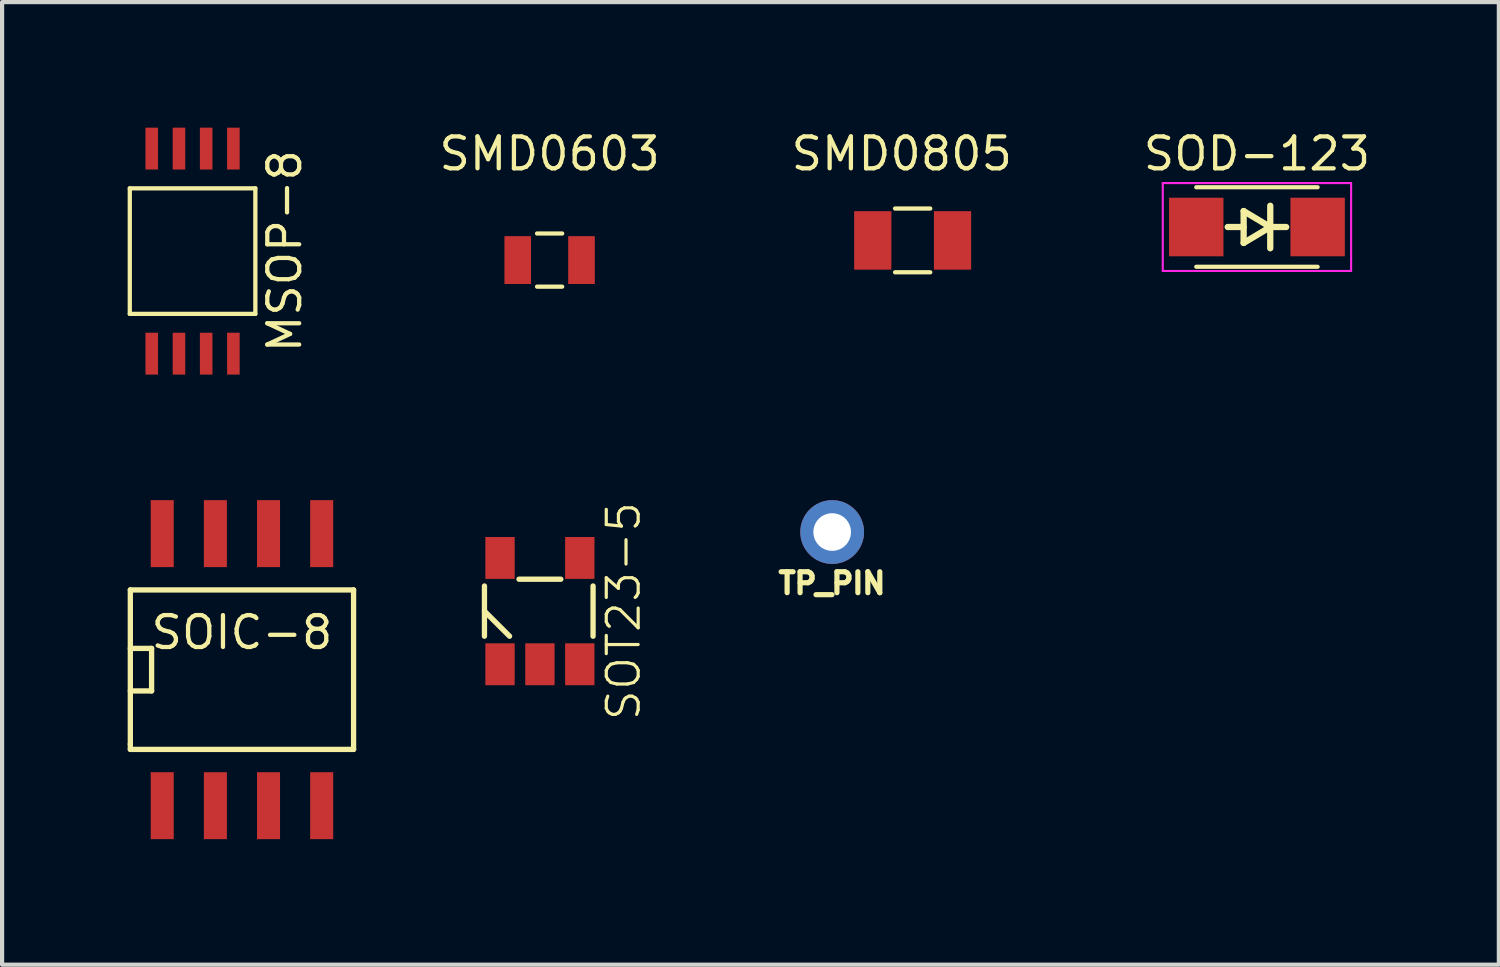
<source format=kicad_pcb>
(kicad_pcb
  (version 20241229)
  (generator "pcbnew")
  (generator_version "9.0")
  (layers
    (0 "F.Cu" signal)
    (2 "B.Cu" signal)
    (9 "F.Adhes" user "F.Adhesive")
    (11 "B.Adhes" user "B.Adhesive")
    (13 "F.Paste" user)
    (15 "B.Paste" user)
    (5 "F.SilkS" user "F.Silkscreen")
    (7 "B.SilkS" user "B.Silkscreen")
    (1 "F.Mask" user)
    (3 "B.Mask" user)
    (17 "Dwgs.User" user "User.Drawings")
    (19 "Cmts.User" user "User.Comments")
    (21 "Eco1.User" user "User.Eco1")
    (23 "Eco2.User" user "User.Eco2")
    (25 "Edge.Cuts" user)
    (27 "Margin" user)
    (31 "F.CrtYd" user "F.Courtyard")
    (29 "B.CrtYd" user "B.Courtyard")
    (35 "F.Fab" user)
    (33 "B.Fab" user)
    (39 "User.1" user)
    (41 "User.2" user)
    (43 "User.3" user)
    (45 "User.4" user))
  (footprint "TP_PIN"
    (layer "F.Cu")
    (at 16.833 9.662)
    (property "Reference" "TP_PIN" (at -0.005 1.224 0) (layer "F.SilkS") (effects (font (size 0.5 0.5) (thickness 0.124))))
    (attr through_hole)
    (pad "1" thru_hole circle (at 0 0) (size 1.524 1.524) (drill 0.899) (layers "*.Cu" "*.Mask")))
  (footprint "SMD0805"
    (layer "F.Cu")
    (at 18.756 2.694)
    (property "Reference" "SMD0805" (at -0.26 -2.07 0) (layer "F.SilkS") (effects (font (size 0.762 0.762) (thickness 0.102))))
    (attr smd)
    (fp_line (start -0.42 -0.762) (end 0.42 -0.762) (stroke (width 0.102) (type solid)) (layer "F.SilkS"))
    (fp_line (start 0.42 0.762) (end -0.42 0.762) (stroke (width 0.102) (type solid)) (layer "F.SilkS"))
    (pad "1" smd rect (at -0.953 0) (size 0.889 1.397) (layers "F.Cu" "F.Mask" "F.Paste"))
    (pad "2" smd rect (at 0.953 0) (size 0.889 1.397) (layers "F.Cu" "F.Mask" "F.Paste")))
  (footprint "SOD-123"
    (layer "F.Cu")
    (at 26.982 2.374)
    (property "Reference" "SOD-123" (at 0 -1.75 0) (layer "F.SilkS") (effects (font (size 0.762 0.762) (thickness 0.102))))
    (attr smd)
    (fp_line (start -1.45 -0.95) (end 1.45 -0.95) (stroke (width 0.1) (type solid)) (layer "F.SilkS"))
    (fp_line (start -1.45 0.95) (end 1.45 0.95) (stroke (width 0.1) (type solid)) (layer "F.SilkS"))
    (fp_line (start -0.318 -0.381) (end 0.318 0) (stroke (width 0.15) (type solid)) (layer "F.SilkS"))
    (fp_line (start -0.318 0) (end -0.699 0) (stroke (width 0.15) (type solid)) (layer "F.SilkS"))
    (fp_line (start -0.318 0.381) (end -0.318 -0.381) (stroke (width 0.15) (type solid)) (layer "F.SilkS"))
    (fp_line (start 0.318 0) (end -0.318 0.381) (stroke (width 0.15) (type solid)) (layer "F.SilkS"))
    (fp_line (start 0.318 0.508) (end 0.318 -0.508) (stroke (width 0.15) (type solid)) (layer "F.SilkS"))
    (fp_line (start 0.699 0) (end 0.318 0) (stroke (width 0.15) (type solid)) (layer "F.SilkS"))
    (fp_line (start -2.25 -1.05) (end -2.25 1.05) (stroke (width 0.05) (type solid)) (layer "F.CrtYd"))
    (fp_line (start -2.25 -1.05) (end 2.25 -1.05) (stroke (width 0.05) (type solid)) (layer "F.CrtYd"))
    (fp_line (start 2.25 -1.05) (end 2.25 1.05) (stroke (width 0.05) (type solid)) (layer "F.CrtYd"))
    (fp_line (start 2.25 1.05) (end -2.25 1.05) (stroke (width 0.05) (type solid)) (layer "F.CrtYd"))
    (pad "1" smd rect (at -1.45 0) (size 1.3 1.4) (layers "F.Cu" "F.Mask" "F.Paste"))
    (pad "2" smd rect (at 1.45 0) (size 1.3 1.4) (layers "F.Cu" "F.Mask" "F.Paste")))
  (footprint "SOIC-8"
    (layer "F.Cu")
    (at 2.731 12.95)
    (property "Reference" "SOIC-8" (at 0 -0.889 0) (layer "F.SilkS") (effects (font (size 0.762 0.762) (thickness 0.102))))
    (attr through_hole)
    (fp_line (start -2.667 -1.905) (end -2.667 1.778) (stroke (width 0.127) (type solid)) (layer "F.SilkS"))
    (fp_line (start -2.667 -0.508) (end -2.159 -0.508) (stroke (width 0.127) (type solid)) (layer "F.SilkS"))
    (fp_line (start -2.667 1.778) (end -2.667 1.905) (stroke (width 0.127) (type solid)) (layer "F.SilkS"))
    (fp_line (start -2.667 1.905) (end 2.667 1.905) (stroke (width 0.127) (type solid)) (layer "F.SilkS"))
    (fp_line (start -2.159 -0.508) (end -2.159 0.508) (stroke (width 0.127) (type solid)) (layer "F.SilkS"))
    (fp_line (start -2.159 0.508) (end -2.667 0.508) (stroke (width 0.127) (type solid)) (layer "F.SilkS"))
    (fp_line (start 2.667 -1.905) (end -2.667 -1.905) (stroke (width 0.127) (type solid)) (layer "F.SilkS"))
    (fp_line (start 2.667 -1.905) (end 2.667 1.905) (stroke (width 0.127) (type solid)) (layer "F.SilkS"))
    (pad "1" smd rect (at -1.905 3.25) (size 0.55 1.6) (layers "F.Cu" "F.Mask" "F.Paste"))
    (pad "2" smd rect (at -0.635 3.25) (size 0.55 1.6) (layers "F.Cu" "F.Mask" "F.Paste"))
    (pad "3" smd rect (at 0.635 3.25) (size 0.55 1.6) (layers "F.Cu" "F.Mask" "F.Paste"))
    (pad "4" smd rect (at 1.905 3.25) (size 0.55 1.6) (layers "F.Cu" "F.Mask" "F.Paste"))
    (pad "5" smd rect (at 1.905 -3.25) (size 0.55 1.6) (layers "F.Cu" "F.Mask" "F.Paste"))
    (pad "6" smd rect (at 0.635 -3.25) (size 0.55 1.6) (layers "F.Cu" "F.Mask" "F.Paste"))
    (pad "7" smd rect (at -0.635 -3.25) (size 0.55 1.6) (layers "F.Cu" "F.Mask" "F.Paste"))
    (pad "8" smd rect (at -1.905 -3.25) (size 0.55 1.6) (layers "F.Cu" "F.Mask" "F.Paste")))
  (footprint "MSOP-8"
    (layer "F.Cu")
    (at 1.551 2.95)
    (property "Reference" "MSOP-8" (at 2.2 0 90) (layer "F.SilkS") (effects (font (size 0.762 0.762) (thickness 0.102))))
    (attr through_hole)
    (fp_line (start -1.5 -1.5) (end 1.5 -1.5) (stroke (width 0.102) (type solid)) (layer "F.SilkS"))
    (fp_line (start -1.5 1.5) (end -1.5 -1.5) (stroke (width 0.102) (type solid)) (layer "F.SilkS"))
    (fp_line (start 1.5 -1.5) (end 1.5 1.5) (stroke (width 0.102) (type solid)) (layer "F.SilkS"))
    (fp_line (start 1.5 1.5) (end -1.5 1.5) (stroke (width 0.102) (type solid)) (layer "F.SilkS"))
    (pad "1" smd rect (at -0.975 2.45) (size 0.3 1) (layers "F.Cu" "F.Mask" "F.Paste"))
    (pad "2" smd rect (at -0.325 2.45) (size 0.3 1) (layers "F.Cu" "F.Mask" "F.Paste"))
    (pad "3" smd rect (at 0.325 2.45) (size 0.3 1) (layers "F.Cu" "F.Mask" "F.Paste"))
    (pad "4" smd rect (at 0.975 2.45) (size 0.3 1) (layers "F.Cu" "F.Mask" "F.Paste"))
    (pad "5" smd rect (at 0.975 -2.45) (size 0.3 1) (layers "F.Cu" "F.Mask" "F.Paste"))
    (pad "6" smd rect (at 0.325 -2.45) (size 0.3 1) (layers "F.Cu" "F.Mask" "F.Paste"))
    (pad "7" smd rect (at -0.325 -2.45) (size 0.3 1) (layers "F.Cu" "F.Mask" "F.Paste"))
    (pad "8" smd rect (at -0.975 -2.45) (size 0.3 1) (layers "F.Cu" "F.Mask" "F.Paste")))
  (footprint "SOT23-5"
    (layer "F.Cu")
    (at 9.85 11.551)
    (property "Reference" "SOT23-5" (at 1.999 0 90) (layer "F.SilkS") (effects (font (size 0.762 0.762) (thickness 0.076))))
    (attr through_hole)
    (fp_line (start -1.325 0.6) (end -1.325 -0.6) (stroke (width 0.127) (type solid)) (layer "F.SilkS"))
    (fp_line (start -0.725 0.6) (end -1.325 0) (stroke (width 0.127) (type solid)) (layer "F.SilkS"))
    (fp_line (start -0.5 -0.762) (end 0.5 -0.762) (stroke (width 0.127) (type solid)) (layer "F.SilkS"))
    (fp_line (start 1.27 -0.6) (end 1.27 0.6) (stroke (width 0.127) (type solid)) (layer "F.SilkS"))
    (pad "1" smd rect (at -0.953 1.27) (size 0.701 1.001) (layers "F.Cu" "F.Mask" "F.Paste"))
    (pad "2" smd rect (at 0 1.27) (size 0.701 1.001) (layers "F.Cu" "F.Mask" "F.Paste"))
    (pad "3" smd rect (at 0.953 1.27) (size 0.701 1.001) (layers "F.Cu" "F.Mask" "F.Paste"))
    (pad "4" smd rect (at 0.953 -1.27) (size 0.701 1.001) (layers "F.Cu" "F.Mask" "F.Paste"))
    (pad "5" smd rect (at -0.953 -1.27) (size 0.701 1.001) (layers "F.Cu" "F.Mask" "F.Paste")))
  (footprint "SMD0603"
    (layer "F.Cu")
    (at 10.082 3.164)
    (property "Reference" "SMD0603" (at 0 -2.54 0) (layer "F.SilkS") (effects (font (size 0.762 0.762) (thickness 0.102))))
    (attr smd)
    (fp_line (start -0.3 -0.635) (end 0.3 -0.635) (stroke (width 0.102) (type solid)) (layer "F.SilkS"))
    (fp_line (start 0.3 0.635) (end -0.3 0.635) (stroke (width 0.102) (type solid)) (layer "F.SilkS"))
    (pad "1" smd rect (at -0.762 0) (size 0.635 1.143) (layers "F.Cu" "F.Mask" "F.Paste"))
    (pad "2" smd rect (at 0.762 0) (size 0.635 1.143) (layers "F.Cu" "F.Mask" "F.Paste")))
  (gr_rect
    (start -3 -3)
    (end 32.762 20)
    (stroke (width 0.1) (type default))
    (fill no)
    (layer "Edge.Cuts")))
</source>
